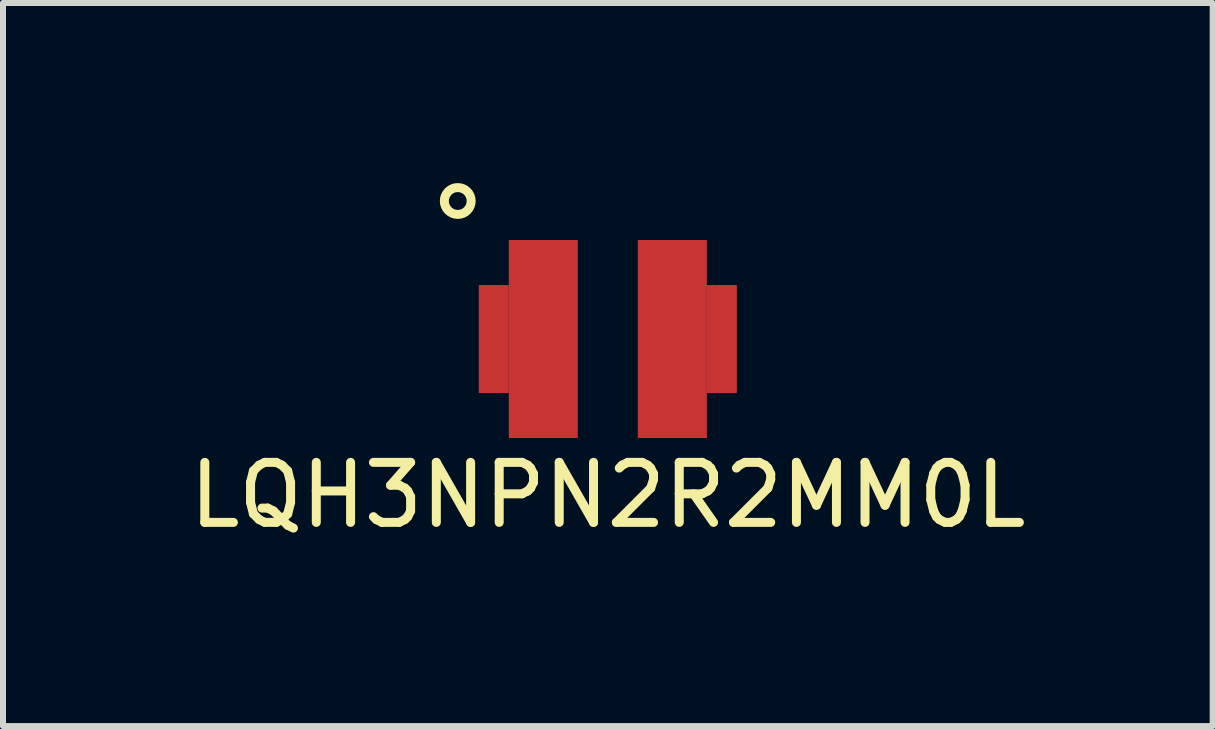
<source format=kicad_pcb>
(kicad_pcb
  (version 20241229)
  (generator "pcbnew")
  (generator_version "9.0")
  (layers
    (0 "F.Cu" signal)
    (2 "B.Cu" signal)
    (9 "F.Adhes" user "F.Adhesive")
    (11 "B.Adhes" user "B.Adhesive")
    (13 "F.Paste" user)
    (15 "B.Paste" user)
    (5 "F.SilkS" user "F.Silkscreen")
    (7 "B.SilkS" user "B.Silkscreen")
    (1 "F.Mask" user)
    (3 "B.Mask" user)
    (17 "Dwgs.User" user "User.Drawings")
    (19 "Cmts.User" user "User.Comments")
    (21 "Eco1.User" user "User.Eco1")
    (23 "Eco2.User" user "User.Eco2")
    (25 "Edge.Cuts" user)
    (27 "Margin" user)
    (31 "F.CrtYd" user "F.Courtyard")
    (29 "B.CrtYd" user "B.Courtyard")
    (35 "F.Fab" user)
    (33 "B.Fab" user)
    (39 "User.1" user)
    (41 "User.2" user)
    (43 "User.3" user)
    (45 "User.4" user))
  (footprint "LQH3NPN2R2MM0L"
    (layer "F.Cu")
    (at 7.077 2.599)
    (property "Reference" "LQH3NPN2R2MM0L" (at 0 2.6 0) (layer "F.SilkS") (effects (font (size 1 1) (thickness 0.15))))
    (attr through_hole)
    (fp_circle (center -2.5 -2.3) (end -2.3 -2.2) (stroke (width 0.15) (type solid)) (fill no) (layer "F.SilkS"))
    (pad "1" smd rect (at -1.9 0) (size 0.5 1.8) (layers "F.Cu" "F.Mask" "F.Paste"))
    (pad "1" smd rect (at -1.075 0) (size 1.15 3.3) (layers "F.Cu" "F.Mask" "F.Paste"))
    (pad "2" smd rect (at 1.075 0) (size 1.15 3.3) (layers "F.Cu" "F.Mask" "F.Paste"))
    (pad "2" smd rect (at 1.9 0) (size 0.5 1.8) (layers "F.Cu" "F.Mask" "F.Paste")))
  (gr_rect
    (start -3 -3)
    (end 17.155 9.047)
    (stroke (width 0.1) (type default))
    (fill no)
    (layer "Edge.Cuts")))
</source>
